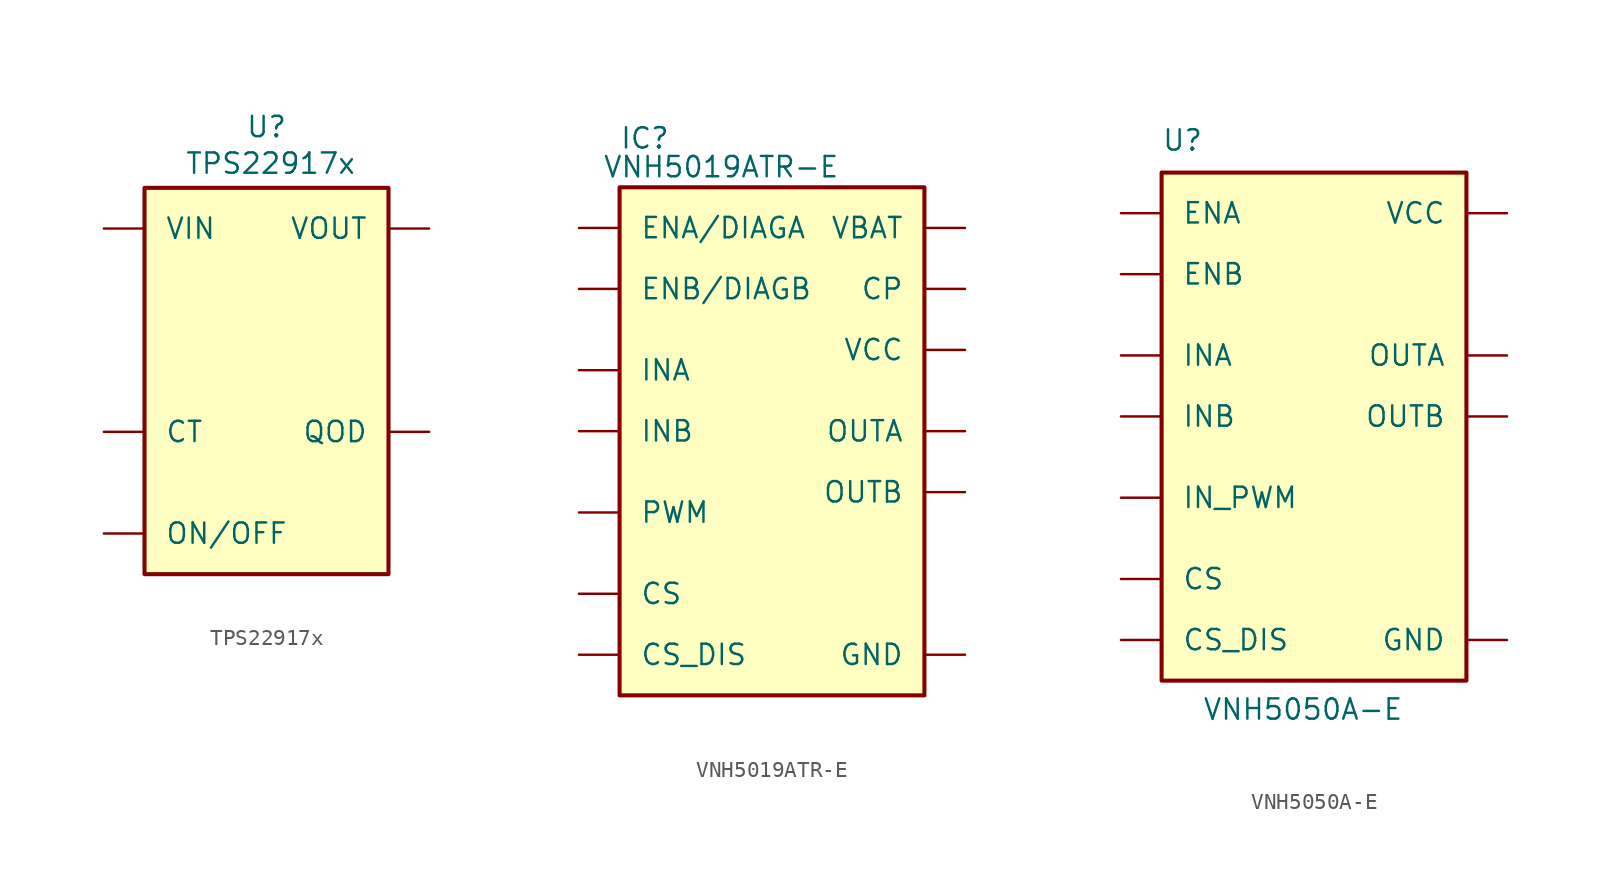
<source format=kicad_sym>
(kicad_symbol_lib
  (version 20231120)
  (generator "kicad_symbol_editor")
  (generator_version "8.0")
  (symbol "TPS22917x"
    (pin_names
      (offset 1.27))
    (property "Reference" "U"
      (at 0 3.81 0)
      (effects (font (size 1.27 1.27))))
    (property "Value" "TPS22917x"
      (at 0.254 1.524 0)
      (effects (font (size 1.27 1.27))))
    (symbol "TPS22917x_1_1"
      (rectangle (start -7.62 0) (end 7.62 -24.13) (stroke (width 0.254) (type default)) (fill (type background)))
      (pin output line (at -10.16 -15.24 0) (length 2.54) (name "CT" (effects (font (size 1.27 1.27)))) (number "" (effects (font (size 1.27 1.27)))))
      (pin input line (at -10.16 -21.59 0) (length 2.54) (name "ON/OFF" (effects (font (size 1.27 1.27)))) (number "" (effects (font (size 1.27 1.27)))))
      (pin output line (at 10.16 -15.24 180) (length 2.54) (name "QOD" (effects (font (size 1.27 1.27)))) (number "" (effects (font (size 1.27 1.27)))))
      (pin power_in line (at -10.16 -2.54 0) (length 2.54) (name "VIN" (effects (font (size 1.27 1.27)))) (number "" (effects (font (size 1.27 1.27)))))
      (pin power_out line (at 10.16 -2.54 180) (length 2.54) (name "VOUT" (effects (font (size 1.27 1.27)))) (number "" (effects (font (size 1.27 1.27)))))))
  (symbol "VNH5019ATR-E"
    (pin_numbers hide)
    (pin_names
      (offset 1.27))
    (property "Reference" "IC"
      (at 5.08 6.35 0)
      (effects (font (size 1.27 1.27)) (justify left top)))
    (property "Value" "VNH5019ATR-E"
      (at 11.43 3.81 0)
      (effects (font (size 1.27 1.27))))
    (symbol "VNH5019ATR-E_1_1"
      (rectangle (start 5.08 2.54) (end 24.13 -29.21) (stroke (width 0.254) (type default)) (fill (type background)))
      (pin input line (at 26.67 -12.7 180) (length 2.54) (name "OUTA" (effects (font (size 1.27 1.27)))) (number "1" (effects (font (size 1.27 1.27)))))
      (pin input line (at 2.54 -12.7 0) (length 2.54) (name "INB" (effects (font (size 1.27 1.27)))) (number "10" (effects (font (size 1.27 1.27)))))
      (pin input line (at 26.67 -3.81 180) (length 2.54) (name "CP" (effects (font (size 1.27 1.27)))) (number "11" (effects (font (size 1.27 1.27)))))
      (pin input line (at 26.67 0 180) (length 2.54) (name "VBAT" (effects (font (size 1.27 1.27)))) (number "12" (effects (font (size 1.27 1.27)))))
      (pin input line (at 26.67 -7.62 180) (length 2.54) hide (name "VCC" (effects (font (size 1.27 1.27)))) (number "13" (effects (font (size 1.27 1.27)))))
      (pin no_connect line (at 26.67 -24.13 180) (length 2.54) hide (name "NC" (effects (font (size 1.27 1.27)))) (number "14" (effects (font (size 1.27 1.27)))))
      (pin input line (at 26.67 -16.51 180) (length 2.54) (name "OUTB" (effects (font (size 1.27 1.27)))) (number "15" (effects (font (size 1.27 1.27)))))
      (pin input line (at 26.67 -16.51 180) (length 2.54) hide (name "OUTB" (effects (font (size 1.27 1.27)))) (number "16" (effects (font (size 1.27 1.27)))))
      (pin no_connect line (at 26.67 -24.13 180) (length 2.54) hide (name "NC" (effects (font (size 1.27 1.27)))) (number "17" (effects (font (size 1.27 1.27)))))
      (pin input line (at 26.67 -26.67 180) (length 2.54) (name "GND" (effects (font (size 1.27 1.27)))) (number "18" (effects (font (size 1.27 1.27)))))
      (pin input line (at 26.67 -26.67 180) (length 2.54) hide (name "GND" (effects (font (size 1.27 1.27)))) (number "19" (effects (font (size 1.27 1.27)))))
      (pin no_connect line (at 26.67 -24.13 180) (length 2.54) hide (name "NC" (effects (font (size 1.27 1.27)))) (number "2" (effects (font (size 1.27 1.27)))))
      (pin input line (at 26.67 -26.67 180) (length 2.54) hide (name "GND" (effects (font (size 1.27 1.27)))) (number "20" (effects (font (size 1.27 1.27)))))
      (pin input line (at 26.67 -16.51 180) (length 2.54) hide (name "OUTB" (effects (font (size 1.27 1.27)))) (number "21" (effects (font (size 1.27 1.27)))))
      (pin no_connect line (at 26.67 -24.13 180) (length 2.54) hide (name "NC" (effects (font (size 1.27 1.27)))) (number "22" (effects (font (size 1.27 1.27)))))
      (pin input line (at 26.67 -7.62 180) (length 2.54) hide (name "VCC" (effects (font (size 1.27 1.27)))) (number "23" (effects (font (size 1.27 1.27)))))
      (pin no_connect line (at 26.67 -24.13 180) (length 2.54) hide (name "NC" (effects (font (size 1.27 1.27)))) (number "24" (effects (font (size 1.27 1.27)))))
      (pin input line (at 26.67 -12.7 180) (length 2.54) hide (name "OUTA" (effects (font (size 1.27 1.27)))) (number "25" (effects (font (size 1.27 1.27)))))
      (pin input line (at 26.67 -26.67 180) (length 2.54) hide (name "GND" (effects (font (size 1.27 1.27)))) (number "26" (effects (font (size 1.27 1.27)))))
      (pin input line (at 26.67 -26.67 180) (length 2.54) hide (name "GND" (effects (font (size 1.27 1.27)))) (number "27" (effects (font (size 1.27 1.27)))))
      (pin input line (at 26.67 -26.67 180) (length 2.54) hide (name "GND" (effects (font (size 1.27 1.27)))) (number "28" (effects (font (size 1.27 1.27)))))
      (pin no_connect line (at 26.67 -24.13 180) (length 2.54) hide (name "NC" (effects (font (size 1.27 1.27)))) (number "29" (effects (font (size 1.27 1.27)))))
      (pin input line (at 26.67 -7.62 180) (length 2.54) (name "VCC" (effects (font (size 1.27 1.27)))) (number "3" (effects (font (size 1.27 1.27)))))
      (pin input line (at 26.67 -12.7 180) (length 2.54) hide (name "OUTA" (effects (font (size 1.27 1.27)))) (number "30" (effects (font (size 1.27 1.27)))))
      (pin input line (at 26.67 -12.7 180) (length 2.54) hide (name "OUTA" (effects (font (size 1.27 1.27)))) (number "31" (effects (font (size 1.27 1.27)))))
      (pin input line (at 26.67 -16.51 180) (length 2.54) hide (name "OUTB" (effects (font (size 1.27 1.27)))) (number "32" (effects (font (size 1.27 1.27)))))
      (pin input line (at 26.67 -7.62 180) (length 2.54) hide (name "VCC" (effects (font (size 1.27 1.27)))) (number "33" (effects (font (size 1.27 1.27)))))
      (pin input line (at 2.54 -8.89 0) (length 2.54) (name "INA" (effects (font (size 1.27 1.27)))) (number "4" (effects (font (size 1.27 1.27)))))
      (pin input line (at 2.54 0 0) (length 2.54) (name "ENA/DIAGA" (effects (font (size 1.27 1.27)))) (number "5" (effects (font (size 1.27 1.27)))))
      (pin input line (at 2.54 -26.67 0) (length 2.54) (name "CS_DIS" (effects (font (size 1.27 1.27)))) (number "6" (effects (font (size 1.27 1.27)))))
      (pin input line (at 2.54 -17.78 0) (length 2.54) (name "PWM" (effects (font (size 1.27 1.27)))) (number "7" (effects (font (size 1.27 1.27)))))
      (pin input line (at 2.54 -22.86 0) (length 2.54) (name "CS" (effects (font (size 1.27 1.27)))) (number "8" (effects (font (size 1.27 1.27)))))
      (pin input line (at 2.54 -3.81 0) (length 2.54) (name "ENB/DIAGB" (effects (font (size 1.27 1.27)))) (number "9" (effects (font (size 1.27 1.27)))))))
  (symbol "VNH5050A-E"
    (pin_numbers hide)
    (pin_names
      (offset 1.27))
    (property "Reference" "U"
      (at 2.54 1.27 0)
      (effects (font (size 1.27 1.27)) (justify left bottom)))
    (property "Value" "VNH5050A-E"
      (at 5.08 -34.29 0)
      (effects (font (size 1.27 1.27)) (justify left bottom)))
    (symbol "VNH5050A-E_1_0"
      (pin input line (at 0 -11.43 0) (length 2.54) (name "INA" (effects (font (size 1.27 1.27)))) (number "15" (effects (font (size 1.27 1.27)))))
      (pin output line (at 0 -2.54 0) (length 2.54) (name "ENA" (effects (font (size 1.27 1.27)))) (number "16" (effects (font (size 1.27 1.27)))))
      (pin input line (at 0 -20.32 0) (length 2.54) (name "IN_PWM" (effects (font (size 1.27 1.27)))) (number "17" (effects (font (size 1.27 1.27)))))
      (pin output line (at 0 -25.4 0) (length 2.54) (name "CS" (effects (font (size 1.27 1.27)))) (number "19" (effects (font (size 1.27 1.27)))))
      (pin input line (at 0 -29.21 0) (length 2.54) (name "CS_DIS" (effects (font (size 1.27 1.27)))) (number "20" (effects (font (size 1.27 1.27)))))
      (pin output line (at 0 -6.35 0) (length 2.54) (name "ENB" (effects (font (size 1.27 1.27)))) (number "21" (effects (font (size 1.27 1.27)))))
      (pin input line (at 0 -15.24 0) (length 2.54) (name "INB" (effects (font (size 1.27 1.27)))) (number "22" (effects (font (size 1.27 1.27)))))
      (pin output line (at 24.13 -15.24 180) (length 2.54) (name "OUTB" (effects (font (size 1.27 1.27)))) (number "37" (effects (font (size 1.27 1.27)))))
      (pin output line (at 24.13 -11.43 180) (length 2.54) (name "OUTA" (effects (font (size 1.27 1.27)))) (number "38" (effects (font (size 1.27 1.27)))))
      (pin output line (at 24.13 -2.54 180) (length 2.54) (name "VCC" (effects (font (size 1.27 1.27)))) (number "39" (effects (font (size 1.27 1.27)))))
      (pin output line (at 24.13 -29.21 180) (length 2.54) (name "GND" (effects (font (size 1.27 1.27)))) (number "GND" (effects (font (size 1.27 1.27))))))
    (symbol "VNH5050A-E_1_1"
      (rectangle (start 2.54 0) (end 21.59 -31.75) (stroke (width 0.254) (type default)) (fill (type background))))))
</source>
